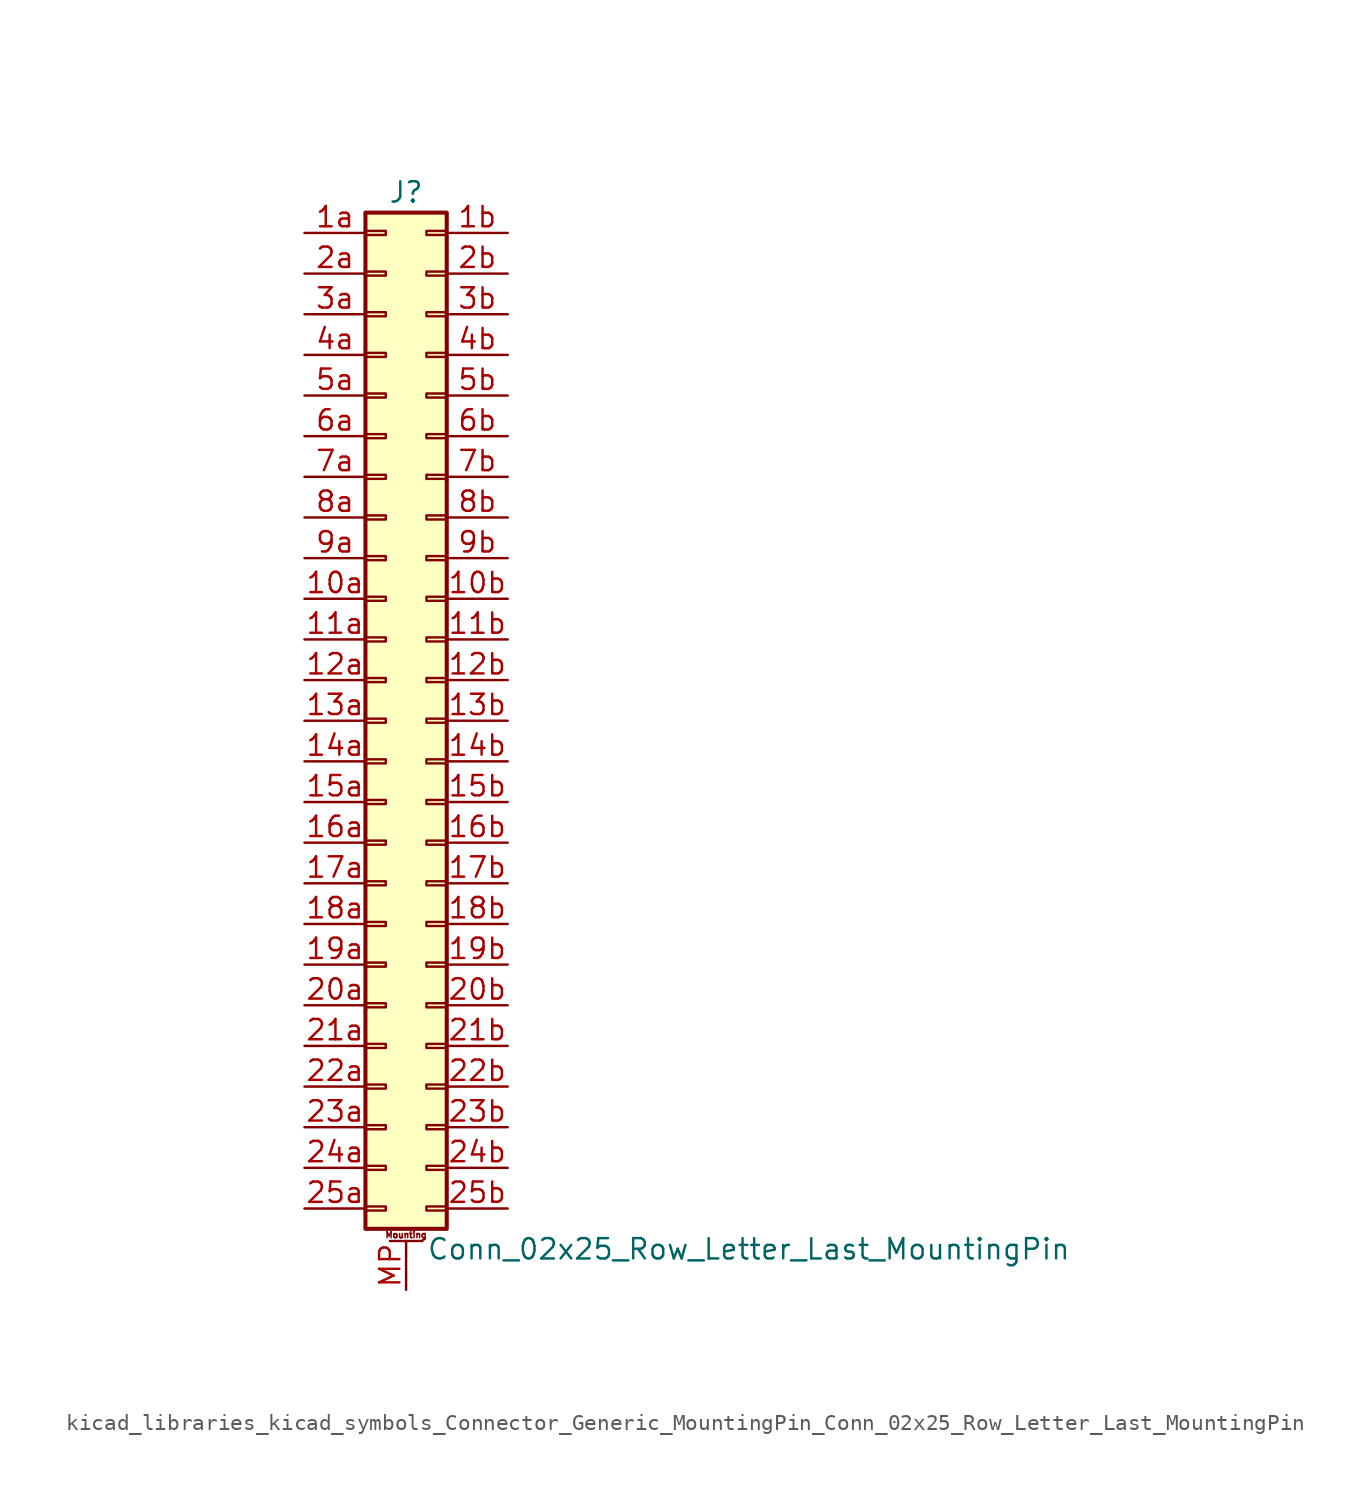
<source format=kicad_sym>
(kicad_symbol_lib
  (version 20220914)
  (generator kicad_symbol_editor)
  (symbol "kicad_libraries_kicad_symbols_Connector_Generic_MountingPin_Conn_02x25_Row_Letter_Last_MountingPin"
    (pin_names
      (offset 1.016) hide)
    (property "Reference" "J"
      (at 1.27 33.02 0)
      (effects (font (size 1.27 1.27))))
    (property "Value" "Conn_02x25_Row_Letter_Last_MountingPin"
      (at 2.54 -33.02 0)
      (effects (font (size 1.27 1.27)) (justify left)))
    (symbol "kicad_libraries_kicad_symbols_Connector_Generic_MountingPin_Conn_02x25_Row_Letter_Last_MountingPin_1_1"
      (rectangle (start -1.27 -30.353) (end 0 -30.607) (stroke (width 0.152) (type default)) (fill (type none)))
      (rectangle (start -1.27 -27.813) (end 0 -28.067) (stroke (width 0.152) (type default)) (fill (type none)))
      (rectangle (start -1.27 -25.273) (end 0 -25.527) (stroke (width 0.152) (type default)) (fill (type none)))
      (rectangle (start -1.27 -22.733) (end 0 -22.987) (stroke (width 0.152) (type default)) (fill (type none)))
      (rectangle (start -1.27 -20.193) (end 0 -20.447) (stroke (width 0.152) (type default)) (fill (type none)))
      (rectangle (start -1.27 -17.653) (end 0 -17.907) (stroke (width 0.152) (type default)) (fill (type none)))
      (rectangle (start -1.27 -15.113) (end 0 -15.367) (stroke (width 0.152) (type default)) (fill (type none)))
      (rectangle (start -1.27 -12.573) (end 0 -12.827) (stroke (width 0.152) (type default)) (fill (type none)))
      (rectangle (start -1.27 -10.033) (end 0 -10.287) (stroke (width 0.152) (type default)) (fill (type none)))
      (rectangle (start -1.27 -7.493) (end 0 -7.747) (stroke (width 0.152) (type default)) (fill (type none)))
      (rectangle (start -1.27 -4.953) (end 0 -5.207) (stroke (width 0.152) (type default)) (fill (type none)))
      (rectangle (start -1.27 -2.413) (end 0 -2.667) (stroke (width 0.152) (type default)) (fill (type none)))
      (rectangle (start -1.27 0.127) (end 0 -0.127) (stroke (width 0.152) (type default)) (fill (type none)))
      (rectangle (start -1.27 2.667) (end 0 2.413) (stroke (width 0.152) (type default)) (fill (type none)))
      (rectangle (start -1.27 5.207) (end 0 4.953) (stroke (width 0.152) (type default)) (fill (type none)))
      (rectangle (start -1.27 7.747) (end 0 7.493) (stroke (width 0.152) (type default)) (fill (type none)))
      (rectangle (start -1.27 10.287) (end 0 10.033) (stroke (width 0.152) (type default)) (fill (type none)))
      (rectangle (start -1.27 12.827) (end 0 12.573) (stroke (width 0.152) (type default)) (fill (type none)))
      (rectangle (start -1.27 15.367) (end 0 15.113) (stroke (width 0.152) (type default)) (fill (type none)))
      (rectangle (start -1.27 17.907) (end 0 17.653) (stroke (width 0.152) (type default)) (fill (type none)))
      (rectangle (start -1.27 20.447) (end 0 20.193) (stroke (width 0.152) (type default)) (fill (type none)))
      (rectangle (start -1.27 22.987) (end 0 22.733) (stroke (width 0.152) (type default)) (fill (type none)))
      (rectangle (start -1.27 25.527) (end 0 25.273) (stroke (width 0.152) (type default)) (fill (type none)))
      (rectangle (start -1.27 28.067) (end 0 27.813) (stroke (width 0.152) (type default)) (fill (type none)))
      (rectangle (start -1.27 30.607) (end 0 30.353) (stroke (width 0.152) (type default)) (fill (type none)))
      (rectangle (start -1.27 31.75) (end 3.81 -31.75) (stroke (width 0.254) (type default)) (fill (type background)))
      (polyline (pts (xy 0.254 -32.512) (xy 2.286 -32.512)) (stroke (width 0.152) (type default)) (fill (type none)))
      (rectangle (start 3.81 -30.353) (end 2.54 -30.607) (stroke (width 0.152) (type default)) (fill (type none)))
      (rectangle (start 3.81 -27.813) (end 2.54 -28.067) (stroke (width 0.152) (type default)) (fill (type none)))
      (rectangle (start 3.81 -25.273) (end 2.54 -25.527) (stroke (width 0.152) (type default)) (fill (type none)))
      (rectangle (start 3.81 -22.733) (end 2.54 -22.987) (stroke (width 0.152) (type default)) (fill (type none)))
      (rectangle (start 3.81 -20.193) (end 2.54 -20.447) (stroke (width 0.152) (type default)) (fill (type none)))
      (rectangle (start 3.81 -17.653) (end 2.54 -17.907) (stroke (width 0.152) (type default)) (fill (type none)))
      (rectangle (start 3.81 -15.113) (end 2.54 -15.367) (stroke (width 0.152) (type default)) (fill (type none)))
      (rectangle (start 3.81 -12.573) (end 2.54 -12.827) (stroke (width 0.152) (type default)) (fill (type none)))
      (rectangle (start 3.81 -10.033) (end 2.54 -10.287) (stroke (width 0.152) (type default)) (fill (type none)))
      (rectangle (start 3.81 -7.493) (end 2.54 -7.747) (stroke (width 0.152) (type default)) (fill (type none)))
      (rectangle (start 3.81 -4.953) (end 2.54 -5.207) (stroke (width 0.152) (type default)) (fill (type none)))
      (rectangle (start 3.81 -2.413) (end 2.54 -2.667) (stroke (width 0.152) (type default)) (fill (type none)))
      (rectangle (start 3.81 0.127) (end 2.54 -0.127) (stroke (width 0.152) (type default)) (fill (type none)))
      (rectangle (start 3.81 2.667) (end 2.54 2.413) (stroke (width 0.152) (type default)) (fill (type none)))
      (rectangle (start 3.81 5.207) (end 2.54 4.953) (stroke (width 0.152) (type default)) (fill (type none)))
      (rectangle (start 3.81 7.747) (end 2.54 7.493) (stroke (width 0.152) (type default)) (fill (type none)))
      (rectangle (start 3.81 10.287) (end 2.54 10.033) (stroke (width 0.152) (type default)) (fill (type none)))
      (rectangle (start 3.81 12.827) (end 2.54 12.573) (stroke (width 0.152) (type default)) (fill (type none)))
      (rectangle (start 3.81 15.367) (end 2.54 15.113) (stroke (width 0.152) (type default)) (fill (type none)))
      (rectangle (start 3.81 17.907) (end 2.54 17.653) (stroke (width 0.152) (type default)) (fill (type none)))
      (rectangle (start 3.81 20.447) (end 2.54 20.193) (stroke (width 0.152) (type default)) (fill (type none)))
      (rectangle (start 3.81 22.987) (end 2.54 22.733) (stroke (width 0.152) (type default)) (fill (type none)))
      (rectangle (start 3.81 25.527) (end 2.54 25.273) (stroke (width 0.152) (type default)) (fill (type none)))
      (rectangle (start 3.81 28.067) (end 2.54 27.813) (stroke (width 0.152) (type default)) (fill (type none)))
      (rectangle (start 3.81 30.607) (end 2.54 30.353) (stroke (width 0.152) (type default)) (fill (type none)))
      (text "Mounting" (at 1.27 -32.131 0) (effects (font (size 0.381 0.381))))
      (pin passive line (at -5.08 7.62 0) (length 3.81) (name "Pin_10a" (effects (font (size 1.27 1.27)))) (number "10a" (effects (font (size 1.27 1.27)))))
      (pin passive line (at 7.62 7.62 180) (length 3.81) (name "Pin_10b" (effects (font (size 1.27 1.27)))) (number "10b" (effects (font (size 1.27 1.27)))))
      (pin passive line (at -5.08 5.08 0) (length 3.81) (name "Pin_11a" (effects (font (size 1.27 1.27)))) (number "11a" (effects (font (size 1.27 1.27)))))
      (pin passive line (at 7.62 5.08 180) (length 3.81) (name "Pin_11b" (effects (font (size 1.27 1.27)))) (number "11b" (effects (font (size 1.27 1.27)))))
      (pin passive line (at -5.08 2.54 0) (length 3.81) (name "Pin_12a" (effects (font (size 1.27 1.27)))) (number "12a" (effects (font (size 1.27 1.27)))))
      (pin passive line (at 7.62 2.54 180) (length 3.81) (name "Pin_12b" (effects (font (size 1.27 1.27)))) (number "12b" (effects (font (size 1.27 1.27)))))
      (pin passive line (at -5.08 0 0) (length 3.81) (name "Pin_13a" (effects (font (size 1.27 1.27)))) (number "13a" (effects (font (size 1.27 1.27)))))
      (pin passive line (at 7.62 0 180) (length 3.81) (name "Pin_13b" (effects (font (size 1.27 1.27)))) (number "13b" (effects (font (size 1.27 1.27)))))
      (pin passive line (at -5.08 -2.54 0) (length 3.81) (name "Pin_14a" (effects (font (size 1.27 1.27)))) (number "14a" (effects (font (size 1.27 1.27)))))
      (pin passive line (at 7.62 -2.54 180) (length 3.81) (name "Pin_14b" (effects (font (size 1.27 1.27)))) (number "14b" (effects (font (size 1.27 1.27)))))
      (pin passive line (at -5.08 -5.08 0) (length 3.81) (name "Pin_15a" (effects (font (size 1.27 1.27)))) (number "15a" (effects (font (size 1.27 1.27)))))
      (pin passive line (at 7.62 -5.08 180) (length 3.81) (name "Pin_15b" (effects (font (size 1.27 1.27)))) (number "15b" (effects (font (size 1.27 1.27)))))
      (pin passive line (at -5.08 -7.62 0) (length 3.81) (name "Pin_16a" (effects (font (size 1.27 1.27)))) (number "16a" (effects (font (size 1.27 1.27)))))
      (pin passive line (at 7.62 -7.62 180) (length 3.81) (name "Pin_16b" (effects (font (size 1.27 1.27)))) (number "16b" (effects (font (size 1.27 1.27)))))
      (pin passive line (at -5.08 -10.16 0) (length 3.81) (name "Pin_17a" (effects (font (size 1.27 1.27)))) (number "17a" (effects (font (size 1.27 1.27)))))
      (pin passive line (at 7.62 -10.16 180) (length 3.81) (name "Pin_17b" (effects (font (size 1.27 1.27)))) (number "17b" (effects (font (size 1.27 1.27)))))
      (pin passive line (at -5.08 -12.7 0) (length 3.81) (name "Pin_18a" (effects (font (size 1.27 1.27)))) (number "18a" (effects (font (size 1.27 1.27)))))
      (pin passive line (at 7.62 -12.7 180) (length 3.81) (name "Pin_18b" (effects (font (size 1.27 1.27)))) (number "18b" (effects (font (size 1.27 1.27)))))
      (pin passive line (at -5.08 -15.24 0) (length 3.81) (name "Pin_19a" (effects (font (size 1.27 1.27)))) (number "19a" (effects (font (size 1.27 1.27)))))
      (pin passive line (at 7.62 -15.24 180) (length 3.81) (name "Pin_19b" (effects (font (size 1.27 1.27)))) (number "19b" (effects (font (size 1.27 1.27)))))
      (pin passive line (at -5.08 30.48 0) (length 3.81) (name "Pin_1a" (effects (font (size 1.27 1.27)))) (number "1a" (effects (font (size 1.27 1.27)))))
      (pin passive line (at 7.62 30.48 180) (length 3.81) (name "Pin_1b" (effects (font (size 1.27 1.27)))) (number "1b" (effects (font (size 1.27 1.27)))))
      (pin passive line (at -5.08 -17.78 0) (length 3.81) (name "Pin_20a" (effects (font (size 1.27 1.27)))) (number "20a" (effects (font (size 1.27 1.27)))))
      (pin passive line (at 7.62 -17.78 180) (length 3.81) (name "Pin_20b" (effects (font (size 1.27 1.27)))) (number "20b" (effects (font (size 1.27 1.27)))))
      (pin passive line (at -5.08 -20.32 0) (length 3.81) (name "Pin_21a" (effects (font (size 1.27 1.27)))) (number "21a" (effects (font (size 1.27 1.27)))))
      (pin passive line (at 7.62 -20.32 180) (length 3.81) (name "Pin_21b" (effects (font (size 1.27 1.27)))) (number "21b" (effects (font (size 1.27 1.27)))))
      (pin passive line (at -5.08 -22.86 0) (length 3.81) (name "Pin_22a" (effects (font (size 1.27 1.27)))) (number "22a" (effects (font (size 1.27 1.27)))))
      (pin passive line (at 7.62 -22.86 180) (length 3.81) (name "Pin_22b" (effects (font (size 1.27 1.27)))) (number "22b" (effects (font (size 1.27 1.27)))))
      (pin passive line (at -5.08 -25.4 0) (length 3.81) (name "Pin_23a" (effects (font (size 1.27 1.27)))) (number "23a" (effects (font (size 1.27 1.27)))))
      (pin passive line (at 7.62 -25.4 180) (length 3.81) (name "Pin_23b" (effects (font (size 1.27 1.27)))) (number "23b" (effects (font (size 1.27 1.27)))))
      (pin passive line (at -5.08 -27.94 0) (length 3.81) (name "Pin_24a" (effects (font (size 1.27 1.27)))) (number "24a" (effects (font (size 1.27 1.27)))))
      (pin passive line (at 7.62 -27.94 180) (length 3.81) (name "Pin_24b" (effects (font (size 1.27 1.27)))) (number "24b" (effects (font (size 1.27 1.27)))))
      (pin passive line (at -5.08 -30.48 0) (length 3.81) (name "Pin_25a" (effects (font (size 1.27 1.27)))) (number "25a" (effects (font (size 1.27 1.27)))))
      (pin passive line (at 7.62 -30.48 180) (length 3.81) (name "Pin_25b" (effects (font (size 1.27 1.27)))) (number "25b" (effects (font (size 1.27 1.27)))))
      (pin passive line (at -5.08 27.94 0) (length 3.81) (name "Pin_2a" (effects (font (size 1.27 1.27)))) (number "2a" (effects (font (size 1.27 1.27)))))
      (pin passive line (at 7.62 27.94 180) (length 3.81) (name "Pin_2b" (effects (font (size 1.27 1.27)))) (number "2b" (effects (font (size 1.27 1.27)))))
      (pin passive line (at -5.08 25.4 0) (length 3.81) (name "Pin_3a" (effects (font (size 1.27 1.27)))) (number "3a" (effects (font (size 1.27 1.27)))))
      (pin passive line (at 7.62 25.4 180) (length 3.81) (name "Pin_3b" (effects (font (size 1.27 1.27)))) (number "3b" (effects (font (size 1.27 1.27)))))
      (pin passive line (at -5.08 22.86 0) (length 3.81) (name "Pin_4a" (effects (font (size 1.27 1.27)))) (number "4a" (effects (font (size 1.27 1.27)))))
      (pin passive line (at 7.62 22.86 180) (length 3.81) (name "Pin_4b" (effects (font (size 1.27 1.27)))) (number "4b" (effects (font (size 1.27 1.27)))))
      (pin passive line (at -5.08 20.32 0) (length 3.81) (name "Pin_5a" (effects (font (size 1.27 1.27)))) (number "5a" (effects (font (size 1.27 1.27)))))
      (pin passive line (at 7.62 20.32 180) (length 3.81) (name "Pin_5b" (effects (font (size 1.27 1.27)))) (number "5b" (effects (font (size 1.27 1.27)))))
      (pin passive line (at -5.08 17.78 0) (length 3.81) (name "Pin_6a" (effects (font (size 1.27 1.27)))) (number "6a" (effects (font (size 1.27 1.27)))))
      (pin passive line (at 7.62 17.78 180) (length 3.81) (name "Pin_6b" (effects (font (size 1.27 1.27)))) (number "6b" (effects (font (size 1.27 1.27)))))
      (pin passive line (at -5.08 15.24 0) (length 3.81) (name "Pin_7a" (effects (font (size 1.27 1.27)))) (number "7a" (effects (font (size 1.27 1.27)))))
      (pin passive line (at 7.62 15.24 180) (length 3.81) (name "Pin_7b" (effects (font (size 1.27 1.27)))) (number "7b" (effects (font (size 1.27 1.27)))))
      (pin passive line (at -5.08 12.7 0) (length 3.81) (name "Pin_8a" (effects (font (size 1.27 1.27)))) (number "8a" (effects (font (size 1.27 1.27)))))
      (pin passive line (at 7.62 12.7 180) (length 3.81) (name "Pin_8b" (effects (font (size 1.27 1.27)))) (number "8b" (effects (font (size 1.27 1.27)))))
      (pin passive line (at -5.08 10.16 0) (length 3.81) (name "Pin_9a" (effects (font (size 1.27 1.27)))) (number "9a" (effects (font (size 1.27 1.27)))))
      (pin passive line (at 7.62 10.16 180) (length 3.81) (name "Pin_9b" (effects (font (size 1.27 1.27)))) (number "9b" (effects (font (size 1.27 1.27)))))
      (pin passive line (at 1.27 -35.56 90) (length 3.048) (name "MountPin" (effects (font (size 1.27 1.27)))) (number "MP" (effects (font (size 1.27 1.27))))))))
</source>
